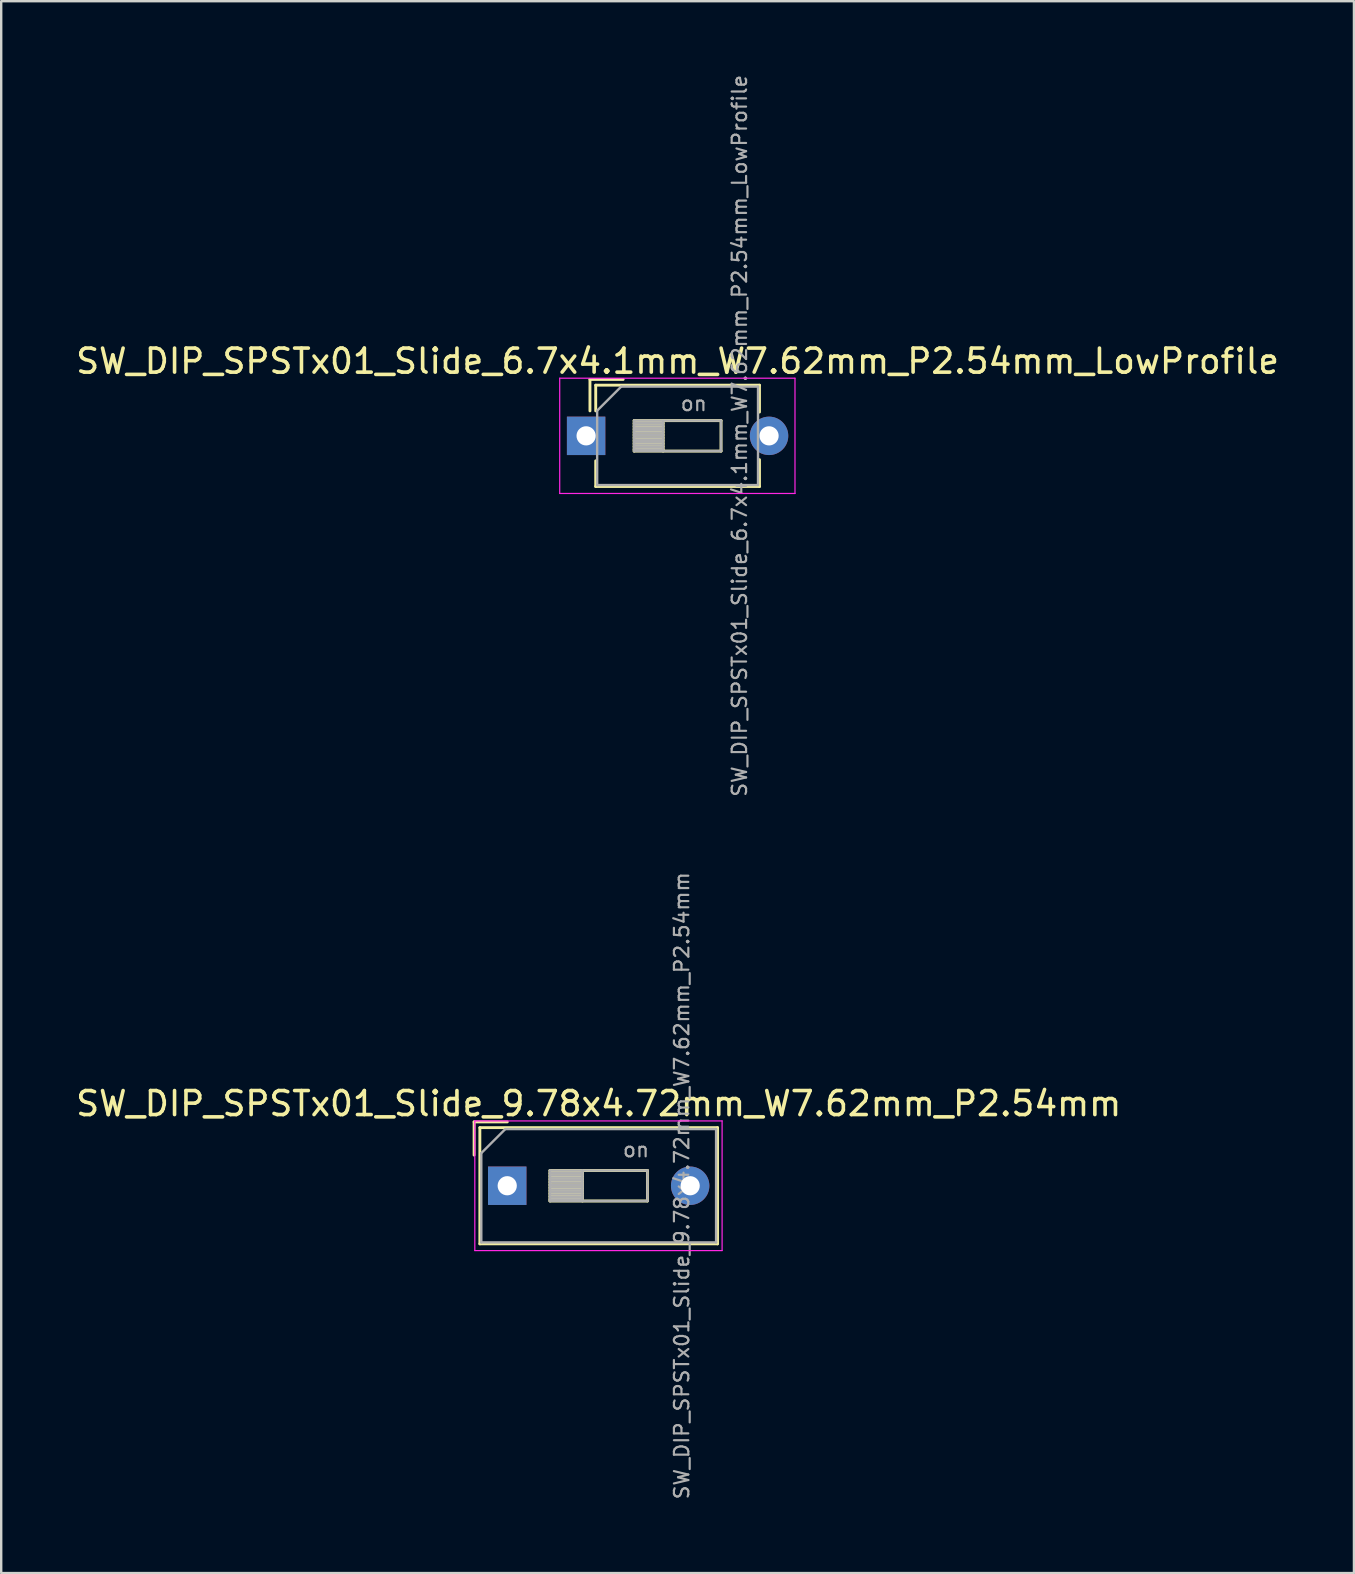
<source format=kicad_pcb>
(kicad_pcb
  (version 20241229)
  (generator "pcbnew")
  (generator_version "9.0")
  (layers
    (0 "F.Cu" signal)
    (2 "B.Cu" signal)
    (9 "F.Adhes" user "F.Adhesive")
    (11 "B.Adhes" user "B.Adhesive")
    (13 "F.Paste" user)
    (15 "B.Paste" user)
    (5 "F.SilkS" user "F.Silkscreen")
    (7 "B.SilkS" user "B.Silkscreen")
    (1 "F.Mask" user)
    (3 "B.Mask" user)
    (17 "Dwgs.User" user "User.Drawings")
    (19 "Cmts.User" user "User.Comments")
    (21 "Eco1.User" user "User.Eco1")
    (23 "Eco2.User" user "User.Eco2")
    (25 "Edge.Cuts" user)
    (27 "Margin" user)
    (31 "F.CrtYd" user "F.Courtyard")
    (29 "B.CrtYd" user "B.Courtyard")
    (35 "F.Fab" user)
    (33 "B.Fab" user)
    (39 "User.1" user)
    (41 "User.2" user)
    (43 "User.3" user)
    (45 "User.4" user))
  (footprint "SW_DIP_SPSTx01_Slide_6.7x4.1mm_W7.62mm_P2.54mm_LowProfile"
    (layer "F.Cu")
    (at 21.363 15.104)
    (property "Reference" "SW_DIP_SPSTx01_Slide_6.7x4.1mm_W7.62mm_P2.54mm_LowProfile" (at 3.81 -3.11 0) (layer "F.SilkS") (effects (font (size 1 1) (thickness 0.15))))
    (attr through_hole)
    (fp_line (start 0.16 -2.35) (end 0.16 -1.04) (stroke (width 0.12) (type solid)) (layer "F.SilkS"))
    (fp_line (start 0.16 -2.35) (end 1.543 -2.35) (stroke (width 0.12) (type solid)) (layer "F.SilkS"))
    (fp_line (start 0.4 -2.11) (end 0.4 -1.04) (stroke (width 0.12) (type solid)) (layer "F.SilkS"))
    (fp_line (start 0.4 -2.11) (end 7.221 -2.11) (stroke (width 0.12) (type solid)) (layer "F.SilkS"))
    (fp_line (start 0.4 1.04) (end 0.4 2.11) (stroke (width 0.12) (type solid)) (layer "F.SilkS"))
    (fp_line (start 0.4 2.11) (end 7.221 2.11) (stroke (width 0.12) (type solid)) (layer "F.SilkS"))
    (fp_line (start 2 -0.635) (end 2 0.635) (stroke (width 0.12) (type solid)) (layer "F.SilkS"))
    (fp_line (start 2 -0.515) (end 3.207 -0.515) (stroke (width 0.12) (type solid)) (layer "F.SilkS"))
    (fp_line (start 2 -0.395) (end 3.207 -0.395) (stroke (width 0.12) (type solid)) (layer "F.SilkS"))
    (fp_line (start 2 -0.275) (end 3.207 -0.275) (stroke (width 0.12) (type solid)) (layer "F.SilkS"))
    (fp_line (start 2 -0.155) (end 3.207 -0.155) (stroke (width 0.12) (type solid)) (layer "F.SilkS"))
    (fp_line (start 2 -0.035) (end 3.207 -0.035) (stroke (width 0.12) (type solid)) (layer "F.SilkS"))
    (fp_line (start 2 0.085) (end 3.207 0.085) (stroke (width 0.12) (type solid)) (layer "F.SilkS"))
    (fp_line (start 2 0.205) (end 3.207 0.205) (stroke (width 0.12) (type solid)) (layer "F.SilkS"))
    (fp_line (start 2 0.325) (end 3.207 0.325) (stroke (width 0.12) (type solid)) (layer "F.SilkS"))
    (fp_line (start 2 0.445) (end 3.207 0.445) (stroke (width 0.12) (type solid)) (layer "F.SilkS"))
    (fp_line (start 2 0.565) (end 3.207 0.565) (stroke (width 0.12) (type solid)) (layer "F.SilkS"))
    (fp_line (start 2 0.635) (end 5.62 0.635) (stroke (width 0.12) (type solid)) (layer "F.SilkS"))
    (fp_line (start 3.207 -0.635) (end 3.207 0.635) (stroke (width 0.12) (type solid)) (layer "F.SilkS"))
    (fp_line (start 5.62 -0.635) (end 2 -0.635) (stroke (width 0.12) (type solid)) (layer "F.SilkS"))
    (fp_line (start 5.62 0.635) (end 5.62 -0.635) (stroke (width 0.12) (type solid)) (layer "F.SilkS"))
    (fp_line (start 7.221 -2.11) (end 7.221 -0.99) (stroke (width 0.12) (type solid)) (layer "F.SilkS"))
    (fp_line (start 7.221 0.99) (end 7.221 2.11) (stroke (width 0.12) (type solid)) (layer "F.SilkS"))
    (fp_line (start -1.1 -2.4) (end -1.1 2.4) (stroke (width 0.05) (type solid)) (layer "F.CrtYd"))
    (fp_line (start -1.1 2.4) (end 8.7 2.4) (stroke (width 0.05) (type solid)) (layer "F.CrtYd"))
    (fp_line (start 8.7 -2.4) (end -1.1 -2.4) (stroke (width 0.05) (type solid)) (layer "F.CrtYd"))
    (fp_line (start 8.7 2.4) (end 8.7 -2.4) (stroke (width 0.05) (type solid)) (layer "F.CrtYd"))
    (fp_line (start 0.46 -1.05) (end 1.46 -2.05) (stroke (width 0.1) (type solid)) (layer "F.Fab"))
    (fp_line (start 0.46 2.05) (end 0.46 -1.05) (stroke (width 0.1) (type solid)) (layer "F.Fab"))
    (fp_line (start 1.46 -2.05) (end 7.16 -2.05) (stroke (width 0.1) (type solid)) (layer "F.Fab"))
    (fp_line (start 2 -0.635) (end 2 0.635) (stroke (width 0.1) (type solid)) (layer "F.Fab"))
    (fp_line (start 2 -0.535) (end 3.207 -0.535) (stroke (width 0.1) (type solid)) (layer "F.Fab"))
    (fp_line (start 2 -0.435) (end 3.207 -0.435) (stroke (width 0.1) (type solid)) (layer "F.Fab"))
    (fp_line (start 2 -0.335) (end 3.207 -0.335) (stroke (width 0.1) (type solid)) (layer "F.Fab"))
    (fp_line (start 2 -0.235) (end 3.207 -0.235) (stroke (width 0.1) (type solid)) (layer "F.Fab"))
    (fp_line (start 2 -0.135) (end 3.207 -0.135) (stroke (width 0.1) (type solid)) (layer "F.Fab"))
    (fp_line (start 2 -0.035) (end 3.207 -0.035) (stroke (width 0.1) (type solid)) (layer "F.Fab"))
    (fp_line (start 2 0.065) (end 3.207 0.065) (stroke (width 0.1) (type solid)) (layer "F.Fab"))
    (fp_line (start 2 0.165) (end 3.207 0.165) (stroke (width 0.1) (type solid)) (layer "F.Fab"))
    (fp_line (start 2 0.265) (end 3.207 0.265) (stroke (width 0.1) (type solid)) (layer "F.Fab"))
    (fp_line (start 2 0.365) (end 3.207 0.365) (stroke (width 0.1) (type solid)) (layer "F.Fab"))
    (fp_line (start 2 0.465) (end 3.207 0.465) (stroke (width 0.1) (type solid)) (layer "F.Fab"))
    (fp_line (start 2 0.565) (end 3.207 0.565) (stroke (width 0.1) (type solid)) (layer "F.Fab"))
    (fp_line (start 2 0.635) (end 5.62 0.635) (stroke (width 0.1) (type solid)) (layer "F.Fab"))
    (fp_line (start 3.207 -0.635) (end 3.207 0.635) (stroke (width 0.1) (type solid)) (layer "F.Fab"))
    (fp_line (start 5.62 -0.635) (end 2 -0.635) (stroke (width 0.1) (type solid)) (layer "F.Fab"))
    (fp_line (start 5.62 0.635) (end 5.62 -0.635) (stroke (width 0.1) (type solid)) (layer "F.Fab"))
    (fp_line (start 7.16 -2.05) (end 7.16 2.05) (stroke (width 0.1) (type solid)) (layer "F.Fab"))
    (fp_line (start 7.16 2.05) (end 0.46 2.05) (stroke (width 0.1) (type solid)) (layer "F.Fab"))
    (fp_text user "on" (at 4.485 -1.343 0) (layer "F.Fab") (effects (font (size 0.6 0.6) (thickness 0.09))))
    (fp_text user "${REFERENCE}" (at 6.39 0 90) (layer "F.Fab") (effects (font (size 0.6 0.6) (thickness 0.09))))
    (pad "1" thru_hole rect (at 0 0) (size 1.6 1.6) (drill 0.8) (layers "*.Cu" "*.Mask"))
    (pad "2" thru_hole oval (at 7.62 0) (size 1.6 1.6) (drill 0.8) (layers "*.Cu" "*.Mask")))
  (footprint "SW_DIP_SPSTx01_Slide_9.78x4.72mm_W7.62mm_P2.54mm"
    (layer "F.Cu")
    (at 18.077 46.339)
    (property "Reference" "SW_DIP_SPSTx01_Slide_9.78x4.72mm_W7.62mm_P2.54mm" (at 3.81 -3.42 0) (layer "F.SilkS") (effects (font (size 1 1) (thickness 0.15))))
    (attr through_hole)
    (fp_line (start -1.38 -2.66) (end -1.38 -1.277) (stroke (width 0.12) (type solid)) (layer "F.SilkS"))
    (fp_line (start -1.38 -2.66) (end 0.004 -2.66) (stroke (width 0.12) (type solid)) (layer "F.SilkS"))
    (fp_line (start -1.14 -2.42) (end -1.14 2.42) (stroke (width 0.12) (type solid)) (layer "F.SilkS"))
    (fp_line (start -1.14 -2.42) (end 8.76 -2.42) (stroke (width 0.12) (type solid)) (layer "F.SilkS"))
    (fp_line (start -1.14 2.42) (end 8.76 2.42) (stroke (width 0.12) (type solid)) (layer "F.SilkS"))
    (fp_line (start 1.78 -0.635) (end 1.78 0.635) (stroke (width 0.12) (type solid)) (layer "F.SilkS"))
    (fp_line (start 1.78 -0.515) (end 3.133 -0.515) (stroke (width 0.12) (type solid)) (layer "F.SilkS"))
    (fp_line (start 1.78 -0.395) (end 3.133 -0.395) (stroke (width 0.12) (type solid)) (layer "F.SilkS"))
    (fp_line (start 1.78 -0.275) (end 3.133 -0.275) (stroke (width 0.12) (type solid)) (layer "F.SilkS"))
    (fp_line (start 1.78 -0.155) (end 3.133 -0.155) (stroke (width 0.12) (type solid)) (layer "F.SilkS"))
    (fp_line (start 1.78 -0.035) (end 3.133 -0.035) (stroke (width 0.12) (type solid)) (layer "F.SilkS"))
    (fp_line (start 1.78 0.085) (end 3.133 0.085) (stroke (width 0.12) (type solid)) (layer "F.SilkS"))
    (fp_line (start 1.78 0.205) (end 3.133 0.205) (stroke (width 0.12) (type solid)) (layer "F.SilkS"))
    (fp_line (start 1.78 0.325) (end 3.133 0.325) (stroke (width 0.12) (type solid)) (layer "F.SilkS"))
    (fp_line (start 1.78 0.445) (end 3.133 0.445) (stroke (width 0.12) (type solid)) (layer "F.SilkS"))
    (fp_line (start 1.78 0.565) (end 3.133 0.565) (stroke (width 0.12) (type solid)) (layer "F.SilkS"))
    (fp_line (start 1.78 0.635) (end 5.84 0.635) (stroke (width 0.12) (type solid)) (layer "F.SilkS"))
    (fp_line (start 3.133 -0.635) (end 3.133 0.635) (stroke (width 0.12) (type solid)) (layer "F.SilkS"))
    (fp_line (start 5.84 -0.635) (end 1.78 -0.635) (stroke (width 0.12) (type solid)) (layer "F.SilkS"))
    (fp_line (start 5.84 0.635) (end 5.84 -0.635) (stroke (width 0.12) (type solid)) (layer "F.SilkS"))
    (fp_line (start 8.76 -2.42) (end 8.76 2.42) (stroke (width 0.12) (type solid)) (layer "F.SilkS"))
    (fp_line (start -1.35 -2.7) (end -1.35 2.7) (stroke (width 0.05) (type solid)) (layer "F.CrtYd"))
    (fp_line (start -1.35 2.7) (end 8.95 2.7) (stroke (width 0.05) (type solid)) (layer "F.CrtYd"))
    (fp_line (start 8.95 -2.7) (end -1.35 -2.7) (stroke (width 0.05) (type solid)) (layer "F.CrtYd"))
    (fp_line (start 8.95 2.7) (end 8.95 -2.7) (stroke (width 0.05) (type solid)) (layer "F.CrtYd"))
    (fp_line (start -1.08 -1.36) (end -0.08 -2.36) (stroke (width 0.1) (type solid)) (layer "F.Fab"))
    (fp_line (start -1.08 2.36) (end -1.08 -1.36) (stroke (width 0.1) (type solid)) (layer "F.Fab"))
    (fp_line (start -0.08 -2.36) (end 8.7 -2.36) (stroke (width 0.1) (type solid)) (layer "F.Fab"))
    (fp_line (start 1.78 -0.635) (end 1.78 0.635) (stroke (width 0.1) (type solid)) (layer "F.Fab"))
    (fp_line (start 1.78 -0.535) (end 3.133 -0.535) (stroke (width 0.1) (type solid)) (layer "F.Fab"))
    (fp_line (start 1.78 -0.435) (end 3.133 -0.435) (stroke (width 0.1) (type solid)) (layer "F.Fab"))
    (fp_line (start 1.78 -0.335) (end 3.133 -0.335) (stroke (width 0.1) (type solid)) (layer "F.Fab"))
    (fp_line (start 1.78 -0.235) (end 3.133 -0.235) (stroke (width 0.1) (type solid)) (layer "F.Fab"))
    (fp_line (start 1.78 -0.135) (end 3.133 -0.135) (stroke (width 0.1) (type solid)) (layer "F.Fab"))
    (fp_line (start 1.78 -0.035) (end 3.133 -0.035) (stroke (width 0.1) (type solid)) (layer "F.Fab"))
    (fp_line (start 1.78 0.065) (end 3.133 0.065) (stroke (width 0.1) (type solid)) (layer "F.Fab"))
    (fp_line (start 1.78 0.165) (end 3.133 0.165) (stroke (width 0.1) (type solid)) (layer "F.Fab"))
    (fp_line (start 1.78 0.265) (end 3.133 0.265) (stroke (width 0.1) (type solid)) (layer "F.Fab"))
    (fp_line (start 1.78 0.365) (end 3.133 0.365) (stroke (width 0.1) (type solid)) (layer "F.Fab"))
    (fp_line (start 1.78 0.465) (end 3.133 0.465) (stroke (width 0.1) (type solid)) (layer "F.Fab"))
    (fp_line (start 1.78 0.565) (end 3.133 0.565) (stroke (width 0.1) (type solid)) (layer "F.Fab"))
    (fp_line (start 1.78 0.635) (end 5.84 0.635) (stroke (width 0.1) (type solid)) (layer "F.Fab"))
    (fp_line (start 3.133 -0.635) (end 3.133 0.635) (stroke (width 0.1) (type solid)) (layer "F.Fab"))
    (fp_line (start 5.84 -0.635) (end 1.78 -0.635) (stroke (width 0.1) (type solid)) (layer "F.Fab"))
    (fp_line (start 5.84 0.635) (end 5.84 -0.635) (stroke (width 0.1) (type solid)) (layer "F.Fab"))
    (fp_line (start 8.7 -2.36) (end 8.7 2.36) (stroke (width 0.1) (type solid)) (layer "F.Fab"))
    (fp_line (start 8.7 2.36) (end -1.08 2.36) (stroke (width 0.1) (type solid)) (layer "F.Fab"))
    (fp_text user "${REFERENCE}" (at 7.27 0 90) (layer "F.Fab") (effects (font (size 0.6 0.6) (thickness 0.09))))
    (fp_text user "on" (at 5.365 -1.498 0) (layer "F.Fab") (effects (font (size 0.6 0.6) (thickness 0.09))))
    (pad "1" thru_hole rect (at 0 0) (size 1.6 1.6) (drill 0.8) (layers "*.Cu" "*.Mask"))
    (pad "2" thru_hole oval (at 7.62 0) (size 1.6 1.6) (drill 0.8) (layers "*.Cu" "*.Mask")))
  (gr_rect
    (start -3 -3)
    (end 53.345 62.471)
    (stroke (width 0.1) (type default))
    (fill no)
    (layer "Edge.Cuts")))
</source>
